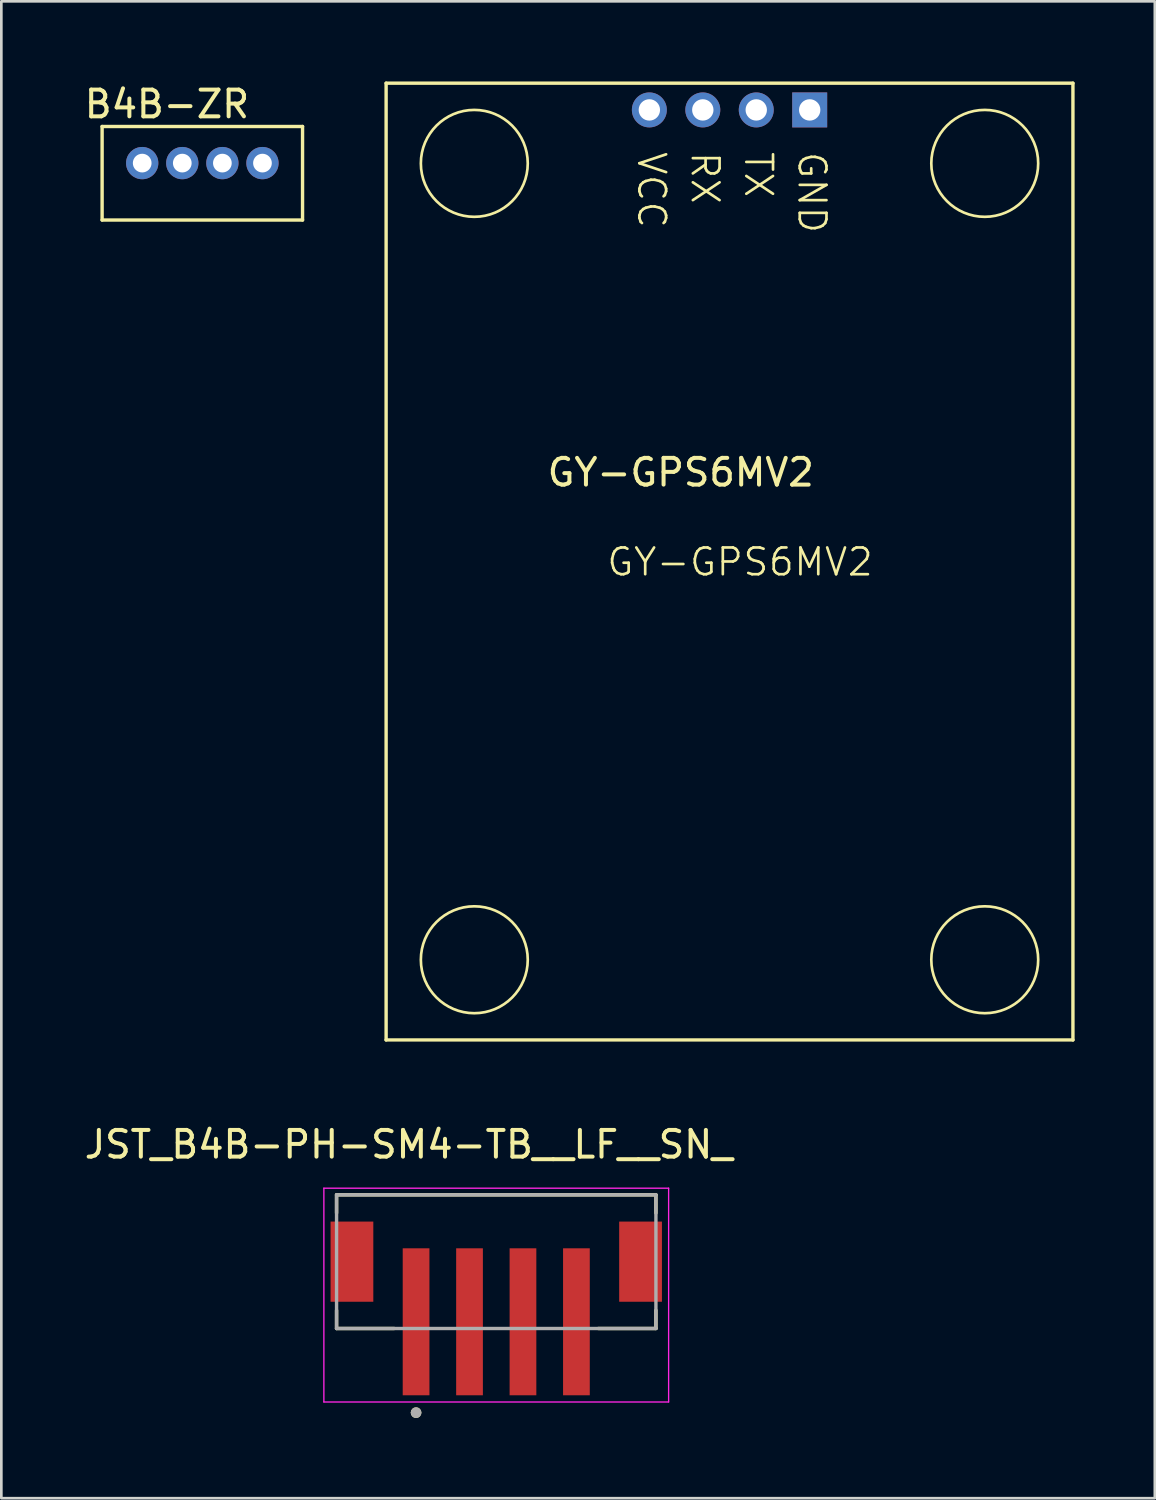
<source format=kicad_pcb>
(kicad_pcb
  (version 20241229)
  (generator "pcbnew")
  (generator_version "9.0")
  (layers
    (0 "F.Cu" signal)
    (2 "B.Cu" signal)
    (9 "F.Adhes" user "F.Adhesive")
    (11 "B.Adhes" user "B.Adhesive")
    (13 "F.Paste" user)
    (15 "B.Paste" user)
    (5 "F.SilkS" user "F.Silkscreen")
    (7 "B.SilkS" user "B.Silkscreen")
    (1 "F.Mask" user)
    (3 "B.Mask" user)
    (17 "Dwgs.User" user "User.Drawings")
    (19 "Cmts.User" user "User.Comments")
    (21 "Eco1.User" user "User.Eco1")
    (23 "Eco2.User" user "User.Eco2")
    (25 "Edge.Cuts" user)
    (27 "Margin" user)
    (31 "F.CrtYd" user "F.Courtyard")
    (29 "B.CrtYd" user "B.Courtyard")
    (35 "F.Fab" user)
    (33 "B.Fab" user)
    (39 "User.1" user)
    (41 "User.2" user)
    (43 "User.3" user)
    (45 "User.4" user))
  (footprint "JST_B4B-PH-SM4-TB__LF__SN_"
    (layer "F.Cu")
    (at 15.519 44.16)
    (property "Reference" "JST_B4B-PH-SM4-TB__LF__SN_" (at -3.275 -4.385 0) (layer "F.SilkS") (effects (font (size 1 1) (thickness 0.15))))
    (attr smd)
    (fp_line (start -5.975 -2.5) (end 5.975 -2.5) (stroke (width 0.127) (type solid)) (layer "F.SilkS"))
    (fp_line (start -5.975 -1.82) (end -5.975 -2.5) (stroke (width 0.127) (type solid)) (layer "F.SilkS"))
    (fp_line (start -5.975 2.5) (end -5.975 1.82) (stroke (width 0.127) (type solid)) (layer "F.SilkS"))
    (fp_line (start -3.82 2.5) (end -5.975 2.5) (stroke (width 0.127) (type solid)) (layer "F.SilkS"))
    (fp_line (start 5.975 -2.5) (end 5.975 -1.82) (stroke (width 0.127) (type solid)) (layer "F.SilkS"))
    (fp_line (start 5.975 2.5) (end 3.82 2.5) (stroke (width 0.127) (type solid)) (layer "F.SilkS"))
    (fp_line (start 5.975 2.5) (end 5.975 1.82) (stroke (width 0.127) (type solid)) (layer "F.SilkS"))
    (fp_circle (center -3 5.65) (end -2.9 5.65) (stroke (width 0.2) (type solid)) (fill no) (layer "F.SilkS"))
    (fp_line (start -6.45 -2.75) (end -6.45 5.25) (stroke (width 0.05) (type solid)) (layer "F.CrtYd"))
    (fp_line (start -6.45 5.25) (end 6.45 5.25) (stroke (width 0.05) (type solid)) (layer "F.CrtYd"))
    (fp_line (start 6.45 -2.75) (end -6.45 -2.75) (stroke (width 0.05) (type solid)) (layer "F.CrtYd"))
    (fp_line (start 6.45 5.25) (end 6.45 -2.75) (stroke (width 0.05) (type solid)) (layer "F.CrtYd"))
    (fp_line (start -5.975 -2.5) (end 5.975 -2.5) (stroke (width 0.127) (type solid)) (layer "F.Fab"))
    (fp_line (start -5.975 2.5) (end -5.975 -2.5) (stroke (width 0.127) (type solid)) (layer "F.Fab"))
    (fp_line (start 5.975 -2.5) (end 5.975 2.5) (stroke (width 0.127) (type solid)) (layer "F.Fab"))
    (fp_line (start 5.975 2.5) (end -5.975 2.5) (stroke (width 0.127) (type solid)) (layer "F.Fab"))
    (fp_circle (center -3 5.65) (end -2.9 5.65) (stroke (width 0.2) (type solid)) (fill no) (layer "F.Fab"))
    (pad "1" smd rect (at -3 2.25) (size 1 5.5) (layers "F.Cu" "F.Mask" "F.Paste"))
    (pad "2" smd rect (at -1 2.25) (size 1 5.5) (layers "F.Cu" "F.Mask" "F.Paste"))
    (pad "3" smd rect (at 1 2.25) (size 1 5.5) (layers "F.Cu" "F.Mask" "F.Paste"))
    (pad "4" smd rect (at 3 2.25) (size 1 5.5) (layers "F.Cu" "F.Mask" "F.Paste"))
    (pad "SH1" smd rect (at -5.4 0) (size 1.6 3) (layers "F.Cu" "F.Mask" "F.Paste"))
    (pad "SH2" smd rect (at 5.4 0) (size 1.6 3) (layers "F.Cu" "F.Mask" "F.Paste")))
  (footprint "B4B-ZR"
    (layer "F.Cu")
    (at 0.771 1.753)
    (property "Reference" "B4B-ZR" (at 2.425 -0.905 0) (layer "F.SilkS") (effects (font (size 1 1) (thickness 0.15))))
    (attr through_hole)
    (fp_line (start 0 -0.07) (end 7.5 -0.07) (stroke (width 0.127) (type solid)) (layer "F.SilkS"))
    (fp_line (start 0 3.43) (end 0 -0.07) (stroke (width 0.127) (type solid)) (layer "F.SilkS"))
    (fp_line (start 7.5 -0.07) (end 7.5 3.43) (stroke (width 0.127) (type solid)) (layer "F.SilkS"))
    (fp_line (start 7.5 3.43) (end 0 3.43) (stroke (width 0.127) (type solid)) (layer "F.SilkS"))
    (pad "1" thru_hole circle (at 6 1.3) (size 1.208 1.208) (drill 0.7) (layers "*.Cu" "*.Mask"))
    (pad "2" thru_hole circle (at 4.5 1.3) (size 1.208 1.208) (drill 0.7) (layers "*.Cu" "*.Mask"))
    (pad "3" thru_hole circle (at 3 1.3) (size 1.208 1.208) (drill 0.7) (layers "*.Cu" "*.Mask"))
    (pad "4" thru_hole circle (at 1.5 1.3) (size 1.208 1.208) (drill 0.7) (layers "*.Cu" "*.Mask")))
  (footprint "GY-GPS6MV2"
    (layer "F.Cu")
    (at 24.248 18.113)
    (property "Reference" "GY-GPS6MV2" (at -1.825 -3.485 180) (layer "F.SilkS") (effects (font (size 1 1) (thickness 0.15))))
    (attr through_hole)
    (fp_line (start -12.85 -18.05) (end 12.85 -18.05) (stroke (width 0.127) (type solid)) (layer "F.SilkS"))
    (fp_line (start -12.85 17.75) (end -12.85 -18.05) (stroke (width 0.127) (type solid)) (layer "F.SilkS"))
    (fp_line (start -12.85 17.75) (end 12.85 17.75) (stroke (width 0.127) (type solid)) (layer "F.SilkS"))
    (fp_line (start 12.85 17.75) (end 12.85 -18.05) (stroke (width 0.127) (type solid)) (layer "F.SilkS"))
    (fp_circle (center -9.55 -15.05) (end -9.55 -17.05) (stroke (width 0.1) (type default)) (fill no) (layer "F.SilkS"))
    (fp_circle (center -9.55 14.75) (end -9.55 12.75) (stroke (width 0.1) (type default)) (fill no) (layer "F.SilkS"))
    (fp_circle (center 9.55 -15.05) (end 9.55 -13.05) (stroke (width 0.1) (type default)) (fill no) (layer "F.SilkS"))
    (fp_circle (center 9.55 14.75) (end 9.55 16.75) (stroke (width 0.1) (type default)) (fill no) (layer "F.SilkS"))
    (fp_text user "GND" (at 2.5 -15.55 270) (unlocked yes) (layer "F.SilkS") (effects (font (size 1 1) (thickness 0.1)) (justify left bottom)))
    (fp_text user "RX" (at -1.5 -15.55 270) (unlocked yes) (layer "F.SilkS") (effects (font (size 1 1) (thickness 0.1)) (justify left bottom)))
    (fp_text user "TX" (at 0.5 -15.55 270) (unlocked yes) (layer "F.SilkS") (effects (font (size 1 1) (thickness 0.1)) (justify left bottom)))
    (fp_text user "GY-GPS6MV2" (at -4.65 0.45 0) (unlocked yes) (layer "F.SilkS") (effects (font (size 1 1) (thickness 0.1)) (justify left bottom)))
    (fp_text user "VCC" (at -3.5 -15.55 270) (unlocked yes) (layer "F.SilkS") (effects (font (size 1 1) (thickness 0.1)) (justify left bottom)))
    (pad "1" thru_hole rect (at 3 -17.05 180) (size 1.308 1.308) (drill 0.8) (layers "*.Cu" "*.Mask"))
    (pad "2" thru_hole circle (at 1 -17.05 180) (size 1.308 1.308) (drill 0.8) (layers "*.Cu" "*.Mask"))
    (pad "3" thru_hole circle (at -1 -17.05 180) (size 1.308 1.308) (drill 0.8) (layers "*.Cu" "*.Mask"))
    (pad "4" thru_hole circle (at -3 -17.05 180) (size 1.308 1.308) (drill 0.8) (layers "*.Cu" "*.Mask")))
  (gr_rect
    (start -3 -3)
    (end 40.162 53.01)
    (stroke (width 0.1) (type default))
    (fill no)
    (layer "Edge.Cuts")))
</source>
